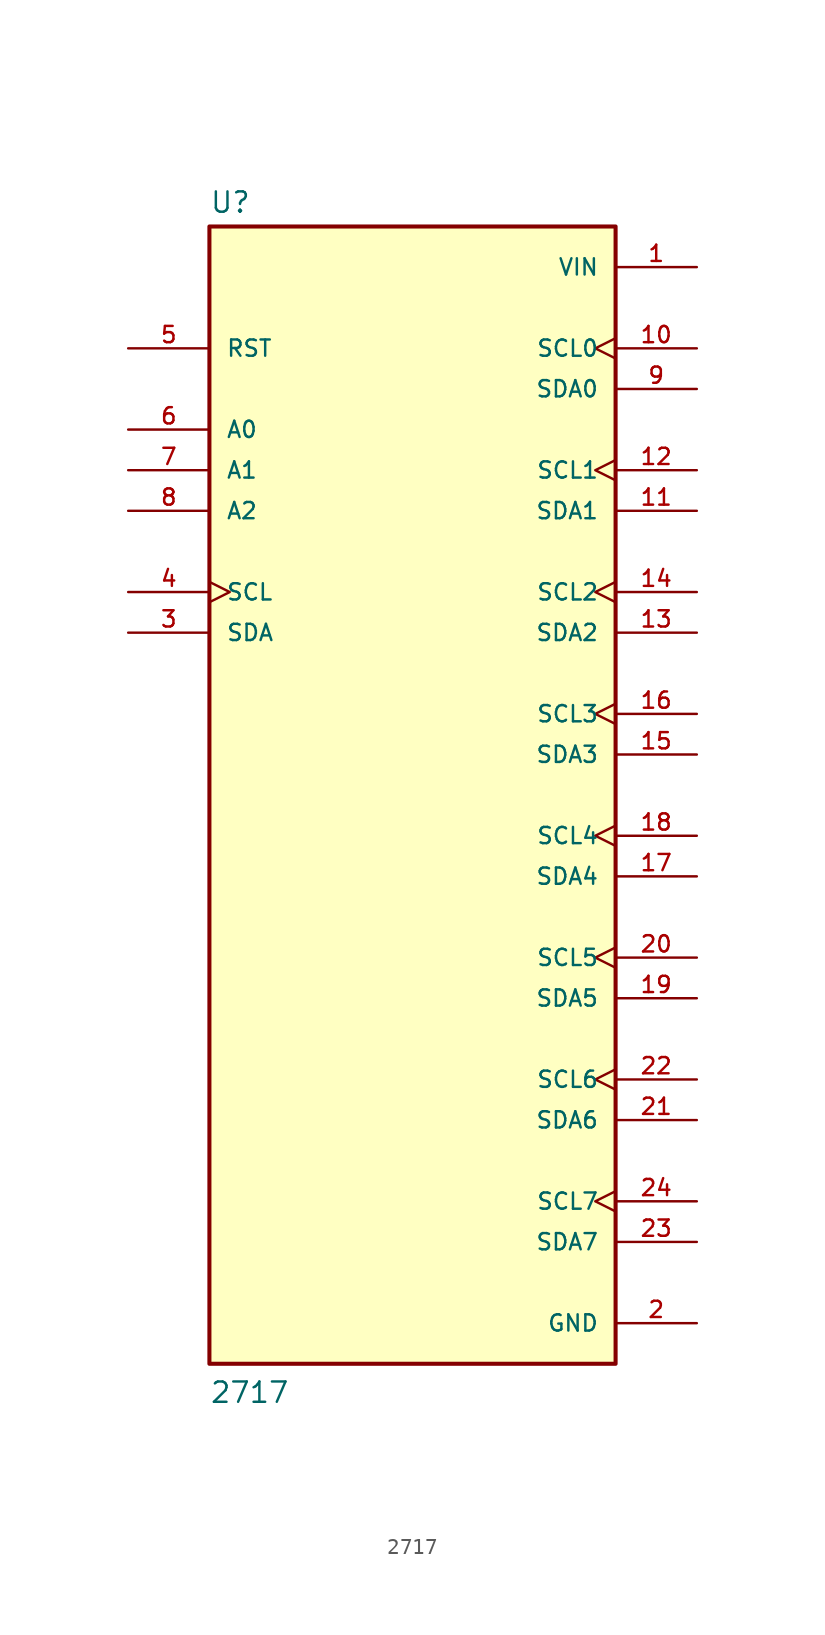
<source format=kicad_sym>
(kicad_symbol_lib
  (version 20211014)
  (generator kicad_symbol_editor)
  (symbol "2717"
    (pin_names
      (offset 1.016))
    (property "Reference" "U"
      (at -12.7 36.322 0)
      (effects (font (size 1.27 1.27)) (justify bottom left)))
    (property "Value" "2717"
      (at -12.7 -38.1 0)
      (effects (font (size 1.27 1.27)) (justify bottom left)))
    (symbol "2717_0_0"
      (rectangle (start -12.7 -35.56) (end 12.7 35.56) (stroke (width 0.254)) (fill (type background)))
      (pin power_in line (at 17.78 33.02 180.0) (length 5.08) (name "VIN" (effects (font (size 1.016 1.016)))) (number "1" (effects (font (size 1.016 1.016)))))
      (pin power_in line (at 17.78 -33.02 180.0) (length 5.08) (name "GND" (effects (font (size 1.016 1.016)))) (number "2" (effects (font (size 1.016 1.016)))))
      (pin input clock (at -17.78 12.7 0) (length 5.08) (name "SCL" (effects (font (size 1.016 1.016)))) (number "4" (effects (font (size 1.016 1.016)))))
      (pin bidirectional line (at -17.78 10.16 0) (length 5.08) (name "SDA" (effects (font (size 1.016 1.016)))) (number "3" (effects (font (size 1.016 1.016)))))
      (pin input line (at -17.78 27.94 0) (length 5.08) (name "RST" (effects (font (size 1.016 1.016)))) (number "5" (effects (font (size 1.016 1.016)))))
      (pin input line (at -17.78 22.86 0) (length 5.08) (name "A0" (effects (font (size 1.016 1.016)))) (number "6" (effects (font (size 1.016 1.016)))))
      (pin input line (at -17.78 20.32 0) (length 5.08) (name "A1" (effects (font (size 1.016 1.016)))) (number "7" (effects (font (size 1.016 1.016)))))
      (pin input line (at -17.78 17.78 0) (length 5.08) (name "A2" (effects (font (size 1.016 1.016)))) (number "8" (effects (font (size 1.016 1.016)))))
      (pin output clock (at 17.78 27.94 180.0) (length 5.08) (name "SCL0" (effects (font (size 1.016 1.016)))) (number "10" (effects (font (size 1.016 1.016)))))
      (pin bidirectional line (at 17.78 25.4 180.0) (length 5.08) (name "SDA0" (effects (font (size 1.016 1.016)))) (number "9" (effects (font (size 1.016 1.016)))))
      (pin output clock (at 17.78 20.32 180.0) (length 5.08) (name "SCL1" (effects (font (size 1.016 1.016)))) (number "12" (effects (font (size 1.016 1.016)))))
      (pin bidirectional line (at 17.78 17.78 180.0) (length 5.08) (name "SDA1" (effects (font (size 1.016 1.016)))) (number "11" (effects (font (size 1.016 1.016)))))
      (pin output clock (at 17.78 12.7 180.0) (length 5.08) (name "SCL2" (effects (font (size 1.016 1.016)))) (number "14" (effects (font (size 1.016 1.016)))))
      (pin bidirectional line (at 17.78 10.16 180.0) (length 5.08) (name "SDA2" (effects (font (size 1.016 1.016)))) (number "13" (effects (font (size 1.016 1.016)))))
      (pin output clock (at 17.78 5.08 180.0) (length 5.08) (name "SCL3" (effects (font (size 1.016 1.016)))) (number "16" (effects (font (size 1.016 1.016)))))
      (pin bidirectional line (at 17.78 2.54 180.0) (length 5.08) (name "SDA3" (effects (font (size 1.016 1.016)))) (number "15" (effects (font (size 1.016 1.016)))))
      (pin output clock (at 17.78 -2.54 180.0) (length 5.08) (name "SCL4" (effects (font (size 1.016 1.016)))) (number "18" (effects (font (size 1.016 1.016)))))
      (pin bidirectional line (at 17.78 -5.08 180.0) (length 5.08) (name "SDA4" (effects (font (size 1.016 1.016)))) (number "17" (effects (font (size 1.016 1.016)))))
      (pin output clock (at 17.78 -10.16 180.0) (length 5.08) (name "SCL5" (effects (font (size 1.016 1.016)))) (number "20" (effects (font (size 1.016 1.016)))))
      (pin bidirectional line (at 17.78 -12.7 180.0) (length 5.08) (name "SDA5" (effects (font (size 1.016 1.016)))) (number "19" (effects (font (size 1.016 1.016)))))
      (pin output clock (at 17.78 -17.78 180.0) (length 5.08) (name "SCL6" (effects (font (size 1.016 1.016)))) (number "22" (effects (font (size 1.016 1.016)))))
      (pin bidirectional line (at 17.78 -20.32 180.0) (length 5.08) (name "SDA6" (effects (font (size 1.016 1.016)))) (number "21" (effects (font (size 1.016 1.016)))))
      (pin output clock (at 17.78 -25.4 180.0) (length 5.08) (name "SCL7" (effects (font (size 1.016 1.016)))) (number "24" (effects (font (size 1.016 1.016)))))
      (pin bidirectional line (at 17.78 -27.94 180.0) (length 5.08) (name "SDA7" (effects (font (size 1.016 1.016)))) (number "23" (effects (font (size 1.016 1.016))))))))
</source>
